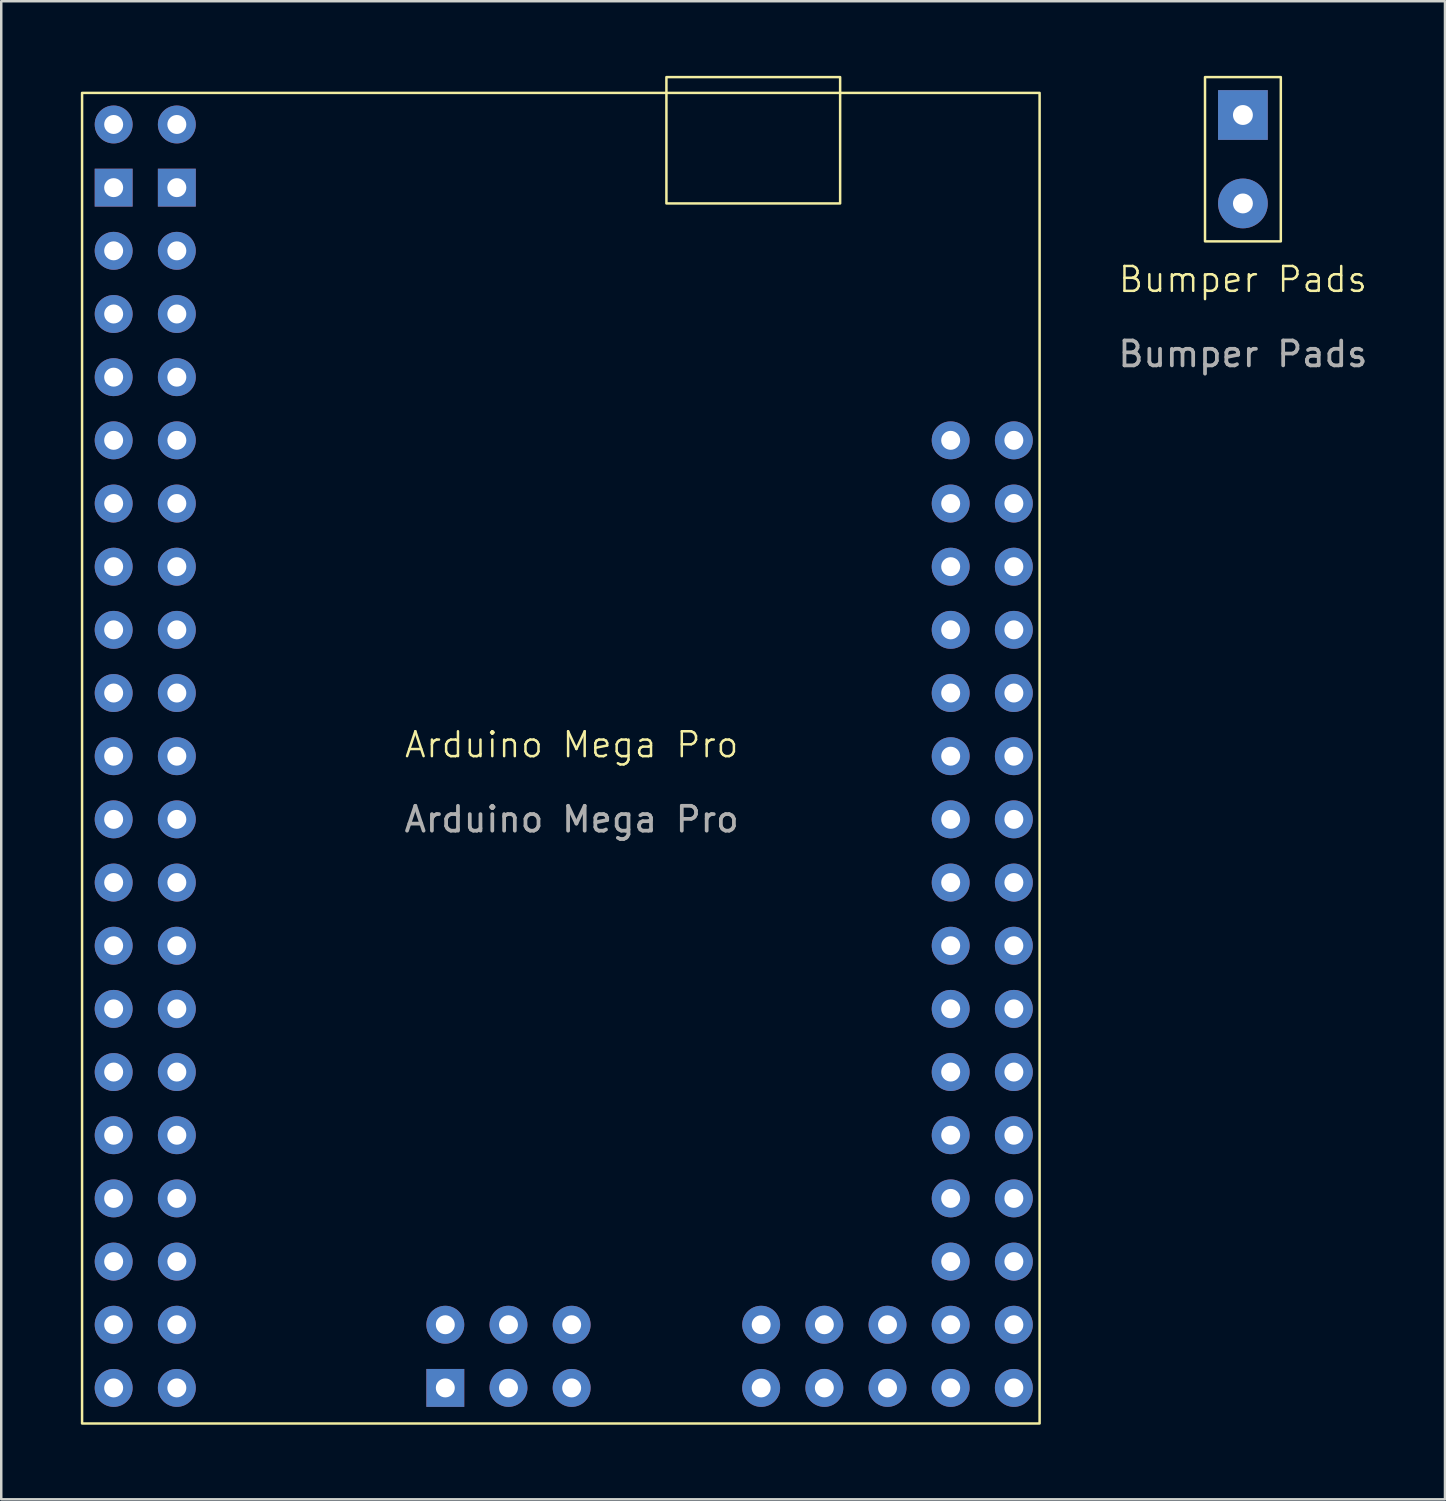
<source format=kicad_pcb>
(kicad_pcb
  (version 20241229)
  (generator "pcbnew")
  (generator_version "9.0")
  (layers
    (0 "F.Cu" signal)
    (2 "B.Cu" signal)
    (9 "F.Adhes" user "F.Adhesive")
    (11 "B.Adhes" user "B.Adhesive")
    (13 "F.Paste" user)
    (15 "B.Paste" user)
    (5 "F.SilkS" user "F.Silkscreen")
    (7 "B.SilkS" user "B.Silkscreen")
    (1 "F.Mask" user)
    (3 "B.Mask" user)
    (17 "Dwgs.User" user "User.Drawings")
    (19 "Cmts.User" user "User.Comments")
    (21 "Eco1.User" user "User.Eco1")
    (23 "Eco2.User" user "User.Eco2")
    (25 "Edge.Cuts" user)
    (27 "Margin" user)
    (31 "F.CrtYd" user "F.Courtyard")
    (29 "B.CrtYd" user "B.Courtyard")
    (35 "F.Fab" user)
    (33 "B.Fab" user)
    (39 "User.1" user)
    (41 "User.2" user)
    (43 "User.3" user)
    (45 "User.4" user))
  (footprint "Bumper Pads"
    (layer "F.Cu")
    (at 46.925 8.686)
    (property "Reference" "Bumper Pads" (at 0 -0.5 0) (unlocked yes) (layer "F.SilkS") (effects (font (size 1 1) (thickness 0.1))))
    (attr through_hole)
    (fp_rect (start -1.524 -8.636) (end 1.524 -2.032) (stroke (width 0.1) (type default)) (fill no) (layer "F.SilkS"))
    (fp_text user "${REFERENCE}" (at 0 2.5 0) (unlocked yes) (layer "F.Fab") (effects (font (size 1 1) (thickness 0.15))))
    (pad "1" thru_hole rect (at 0 -7.112) (size 2 2) (drill 0.8) (layers "*.Cu" "*.Mask"))
    (pad "2" thru_hole circle (at 0 -3.556) (size 2 2) (drill 0.8) (layers "*.Cu" "*.Mask")))
  (footprint "Arduino Mega Pro"
    (layer "F.Cu")
    (at 0.25 0.685)
    (property "Reference" "Arduino Mega Pro" (at 19.685 26.21 0) (unlocked yes) (layer "F.SilkS") (effects (font (size 1 1) (thickness 0.1))))
    (attr through_hole)
    (fp_rect (start 0 0) (end 38.5 53.5) (stroke (width 0.1) (type default)) (fill no) (layer "F.SilkS"))
    (fp_rect (start 23.495 -0.635) (end 30.48 4.445) (stroke (width 0.1) (type default)) (fill no) (layer "F.SilkS"))
    (fp_text user "${REFERENCE}" (at 19.685 29.21 0) (unlocked yes) (layer "F.Fab") (effects (font (size 1 1) (thickness 0.15))))
    (pad "0" thru_hole circle (at 3.81 13.97) (size 1.524 1.524) (drill 0.762) (layers "*.Cu" "*.Mask"))
    (pad "1" thru_hole circle (at 1.27 13.97) (size 1.524 1.524) (drill 0.762) (layers "*.Cu" "*.Mask"))
    (pad "2" thru_hole circle (at 3.81 16.51) (size 1.524 1.524) (drill 0.762) (layers "*.Cu" "*.Mask"))
    (pad "3" thru_hole circle (at 1.27 16.51) (size 1.524 1.524) (drill 0.762) (layers "*.Cu" "*.Mask"))
    (pad "3V3" thru_hole circle (at 1.27 8.89) (size 1.524 1.524) (drill 0.762) (layers "*.Cu" "*.Mask"))
    (pad "3V3" thru_hole circle (at 3.81 8.89) (size 1.524 1.524) (drill 0.762) (layers "*.Cu" "*.Mask"))
    (pad "4" thru_hole circle (at 3.81 19.05) (size 1.524 1.524) (drill 0.762) (layers "*.Cu" "*.Mask"))
    (pad "5" thru_hole circle (at 1.27 19.05) (size 1.524 1.524) (drill 0.762) (layers "*.Cu" "*.Mask"))
    (pad "5V" thru_hole circle (at 1.27 6.35) (size 1.524 1.524) (drill 0.762) (layers "*.Cu" "*.Mask"))
    (pad "5V" thru_hole circle (at 3.81 6.35) (size 1.524 1.524) (drill 0.762) (layers "*.Cu" "*.Mask"))
    (pad "5V" thru_hole circle (at 19.685 52.07) (size 1.524 1.524) (drill 0.762) (layers "*.Cu" "*.Mask"))
    (pad "6" thru_hole circle (at 3.81 21.59) (size 1.524 1.524) (drill 0.762) (layers "*.Cu" "*.Mask"))
    (pad "7" thru_hole circle (at 1.27 21.59) (size 1.524 1.524) (drill 0.762) (layers "*.Cu" "*.Mask"))
    (pad "8" thru_hole circle (at 3.81 24.13) (size 1.524 1.524) (drill 0.762) (layers "*.Cu" "*.Mask"))
    (pad "9" thru_hole circle (at 1.27 24.13) (size 1.524 1.524) (drill 0.762) (layers "*.Cu" "*.Mask"))
    (pad "10" thru_hole circle (at 3.81 26.67) (size 1.524 1.524) (drill 0.762) (layers "*.Cu" "*.Mask"))
    (pad "11" thru_hole circle (at 1.27 26.67) (size 1.524 1.524) (drill 0.762) (layers "*.Cu" "*.Mask"))
    (pad "12" thru_hole circle (at 3.81 29.21) (size 1.524 1.524) (drill 0.762) (layers "*.Cu" "*.Mask"))
    (pad "13" thru_hole circle (at 1.27 29.21) (size 1.524 1.524) (drill 0.762) (layers "*.Cu" "*.Mask"))
    (pad "14" thru_hole circle (at 3.81 31.75) (size 1.524 1.524) (drill 0.762) (layers "*.Cu" "*.Mask"))
    (pad "15" thru_hole circle (at 1.27 31.75) (size 1.524 1.524) (drill 0.762) (layers "*.Cu" "*.Mask"))
    (pad "16" thru_hole circle (at 3.81 34.29) (size 1.524 1.524) (drill 0.762) (layers "*.Cu" "*.Mask"))
    (pad "17" thru_hole circle (at 1.27 34.29) (size 1.524 1.524) (drill 0.762) (layers "*.Cu" "*.Mask"))
    (pad "18" thru_hole circle (at 3.81 36.83) (size 1.524 1.524) (drill 0.762) (layers "*.Cu" "*.Mask"))
    (pad "19" thru_hole circle (at 1.27 36.83) (size 1.524 1.524) (drill 0.762) (layers "*.Cu" "*.Mask"))
    (pad "20" thru_hole circle (at 3.81 39.37) (size 1.524 1.524) (drill 0.762) (layers "*.Cu" "*.Mask"))
    (pad "21" thru_hole circle (at 1.27 39.37) (size 1.524 1.524) (drill 0.762) (layers "*.Cu" "*.Mask"))
    (pad "22" thru_hole circle (at 3.81 41.91) (size 1.524 1.524) (drill 0.762) (layers "*.Cu" "*.Mask"))
    (pad "23" thru_hole circle (at 1.27 41.91) (size 1.524 1.524) (drill 0.762) (layers "*.Cu" "*.Mask"))
    (pad "24" thru_hole circle (at 3.81 44.45) (size 1.524 1.524) (drill 0.762) (layers "*.Cu" "*.Mask"))
    (pad "25" thru_hole circle (at 1.27 44.45) (size 1.524 1.524) (drill 0.762) (layers "*.Cu" "*.Mask"))
    (pad "26" thru_hole circle (at 3.81 46.99) (size 1.524 1.524) (drill 0.762) (layers "*.Cu" "*.Mask"))
    (pad "27" thru_hole circle (at 1.27 46.99) (size 1.524 1.524) (drill 0.762) (layers "*.Cu" "*.Mask"))
    (pad "28" thru_hole circle (at 3.81 49.53) (size 1.524 1.524) (drill 0.762) (layers "*.Cu" "*.Mask"))
    (pad "29" thru_hole circle (at 1.27 49.53) (size 1.524 1.524) (drill 0.762) (layers "*.Cu" "*.Mask"))
    (pad "30" thru_hole circle (at 3.81 52.07) (size 1.524 1.524) (drill 0.762) (layers "*.Cu" "*.Mask"))
    (pad "31" thru_hole circle (at 1.27 52.07) (size 1.524 1.524) (drill 0.762) (layers "*.Cu" "*.Mask"))
    (pad "32" thru_hole circle (at 37.465 34.29) (size 1.524 1.524) (drill 0.762) (layers "*.Cu" "*.Mask"))
    (pad "33" thru_hole circle (at 34.925 34.29) (size 1.524 1.524) (drill 0.762) (layers "*.Cu" "*.Mask"))
    (pad "34" thru_hole circle (at 37.465 36.83) (size 1.524 1.524) (drill 0.762) (layers "*.Cu" "*.Mask"))
    (pad "35" thru_hole circle (at 34.925 36.83) (size 1.524 1.524) (drill 0.762) (layers "*.Cu" "*.Mask"))
    (pad "36" thru_hole circle (at 37.465 39.37) (size 1.524 1.524) (drill 0.762) (layers "*.Cu" "*.Mask"))
    (pad "37" thru_hole circle (at 34.925 39.37) (size 1.524 1.524) (drill 0.762) (layers "*.Cu" "*.Mask"))
    (pad "38" thru_hole circle (at 37.465 41.91) (size 1.524 1.524) (drill 0.762) (layers "*.Cu" "*.Mask"))
    (pad "39" thru_hole circle (at 34.925 41.91) (size 1.524 1.524) (drill 0.762) (layers "*.Cu" "*.Mask"))
    (pad "40" thru_hole circle (at 37.465 44.45) (size 1.524 1.524) (drill 0.762) (layers "*.Cu" "*.Mask"))
    (pad "41" thru_hole circle (at 34.925 44.45) (size 1.524 1.524) (drill 0.762) (layers "*.Cu" "*.Mask"))
    (pad "42" thru_hole circle (at 37.465 46.99) (size 1.524 1.524) (drill 0.762) (layers "*.Cu" "*.Mask"))
    (pad "43" thru_hole circle (at 34.925 46.99) (size 1.524 1.524) (drill 0.762) (layers "*.Cu" "*.Mask"))
    (pad "44" thru_hole circle (at 37.465 49.53) (size 1.524 1.524) (drill 0.762) (layers "*.Cu" "*.Mask"))
    (pad "45" thru_hole circle (at 34.925 49.53) (size 1.524 1.524) (drill 0.762) (layers "*.Cu" "*.Mask"))
    (pad "46" thru_hole circle (at 37.465 52.07) (size 1.524 1.524) (drill 0.762) (layers "*.Cu" "*.Mask"))
    (pad "47" thru_hole circle (at 34.925 52.07) (size 1.524 1.524) (drill 0.762) (layers "*.Cu" "*.Mask"))
    (pad "48" thru_hole circle (at 32.385 52.07) (size 1.524 1.524) (drill 0.762) (layers "*.Cu" "*.Mask"))
    (pad "49" thru_hole circle (at 32.385 49.53) (size 1.524 1.524) (drill 0.762) (layers "*.Cu" "*.Mask"))
    (pad "50" thru_hole circle (at 19.685 49.53) (size 1.524 1.524) (drill 0.762) (layers "*.Cu" "*.Mask"))
    (pad "50" thru_hole circle (at 29.845 52.07) (size 1.524 1.524) (drill 0.762) (layers "*.Cu" "*.Mask"))
    (pad "51" thru_hole circle (at 17.145 52.07) (size 1.524 1.524) (drill 0.762) (layers "*.Cu" "*.Mask"))
    (pad "51" thru_hole circle (at 29.845 49.53) (size 1.524 1.524) (drill 0.762) (layers "*.Cu" "*.Mask"))
    (pad "52" thru_hole circle (at 17.145 49.53) (size 1.524 1.524) (drill 0.762) (layers "*.Cu" "*.Mask"))
    (pad "52" thru_hole circle (at 27.305 52.07) (size 1.524 1.524) (drill 0.762) (layers "*.Cu" "*.Mask"))
    (pad "53" thru_hole circle (at 27.305 49.53) (size 1.524 1.524) (drill 0.762) (layers "*.Cu" "*.Mask"))
    (pad "A0" thru_hole circle (at 37.465 13.97) (size 1.524 1.524) (drill 0.762) (layers "*.Cu" "*.Mask"))
    (pad "A1" thru_hole circle (at 34.925 13.97) (size 1.524 1.524) (drill 0.762) (layers "*.Cu" "*.Mask"))
    (pad "A2" thru_hole circle (at 37.465 16.51) (size 1.524 1.524) (drill 0.762) (layers "*.Cu" "*.Mask"))
    (pad "A3" thru_hole circle (at 34.925 16.51) (size 1.524 1.524) (drill 0.762) (layers "*.Cu" "*.Mask"))
    (pad "A4" thru_hole circle (at 37.465 19.05) (size 1.524 1.524) (drill 0.762) (layers "*.Cu" "*.Mask"))
    (pad "A5" thru_hole circle (at 34.925 19.05) (size 1.524 1.524) (drill 0.762) (layers "*.Cu" "*.Mask"))
    (pad "A6" thru_hole circle (at 37.465 21.59) (size 1.524 1.524) (drill 0.762) (layers "*.Cu" "*.Mask"))
    (pad "A7" thru_hole circle (at 34.925 21.59) (size 1.524 1.524) (drill 0.762) (layers "*.Cu" "*.Mask"))
    (pad "A8" thru_hole circle (at 37.465 24.13) (size 1.524 1.524) (drill 0.762) (layers "*.Cu" "*.Mask"))
    (pad "A9" thru_hole circle (at 34.925 24.13) (size 1.524 1.524) (drill 0.762) (layers "*.Cu" "*.Mask"))
    (pad "A10" thru_hole circle (at 37.465 26.67) (size 1.524 1.524) (drill 0.762) (layers "*.Cu" "*.Mask"))
    (pad "A11" thru_hole circle (at 34.925 26.67) (size 1.524 1.524) (drill 0.762) (layers "*.Cu" "*.Mask"))
    (pad "A12" thru_hole circle (at 37.465 29.21) (size 1.524 1.524) (drill 0.762) (layers "*.Cu" "*.Mask"))
    (pad "A13" thru_hole circle (at 34.925 29.21) (size 1.524 1.524) (drill 0.762) (layers "*.Cu" "*.Mask"))
    (pad "A14" thru_hole circle (at 37.465 31.75) (size 1.524 1.524) (drill 0.762) (layers "*.Cu" "*.Mask"))
    (pad "A15" thru_hole circle (at 34.925 31.75) (size 1.524 1.524) (drill 0.762) (layers "*.Cu" "*.Mask"))
    (pad "AREF" thru_hole circle (at 3.81 11.43) (size 1.524 1.524) (drill 0.762) (layers "*.Cu" "*.Mask"))
    (pad "GND" thru_hole rect (at 1.27 3.81) (size 1.524 1.524) (drill 0.762) (layers "*.Cu" "*.Mask"))
    (pad "GND" thru_hole rect (at 3.81 3.81) (size 1.524 1.524) (drill 0.762) (layers "*.Cu" "*.Mask"))
    (pad "GND" thru_hole rect (at 14.605 52.07) (size 1.524 1.524) (drill 0.762) (layers "*.Cu" "*.Mask"))
    (pad "RST" thru_hole circle (at 1.27 11.43) (size 1.524 1.524) (drill 0.762) (layers "*.Cu" "*.Mask"))
    (pad "RST" thru_hole circle (at 14.605 49.53) (size 1.524 1.524) (drill 0.762) (layers "*.Cu" "*.Mask"))
    (pad "VIN" thru_hole circle (at 1.27 1.27) (size 1.524 1.524) (drill 0.762) (layers "*.Cu" "*.Mask"))
    (pad "VIN" thru_hole circle (at 3.81 1.27) (size 1.524 1.524) (drill 0.762) (layers "*.Cu" "*.Mask")))
  (gr_rect
    (start -3 -3)
    (end 55.05 57.235)
    (stroke (width 0.1) (type default))
    (fill no)
    (layer "Edge.Cuts")))
</source>
